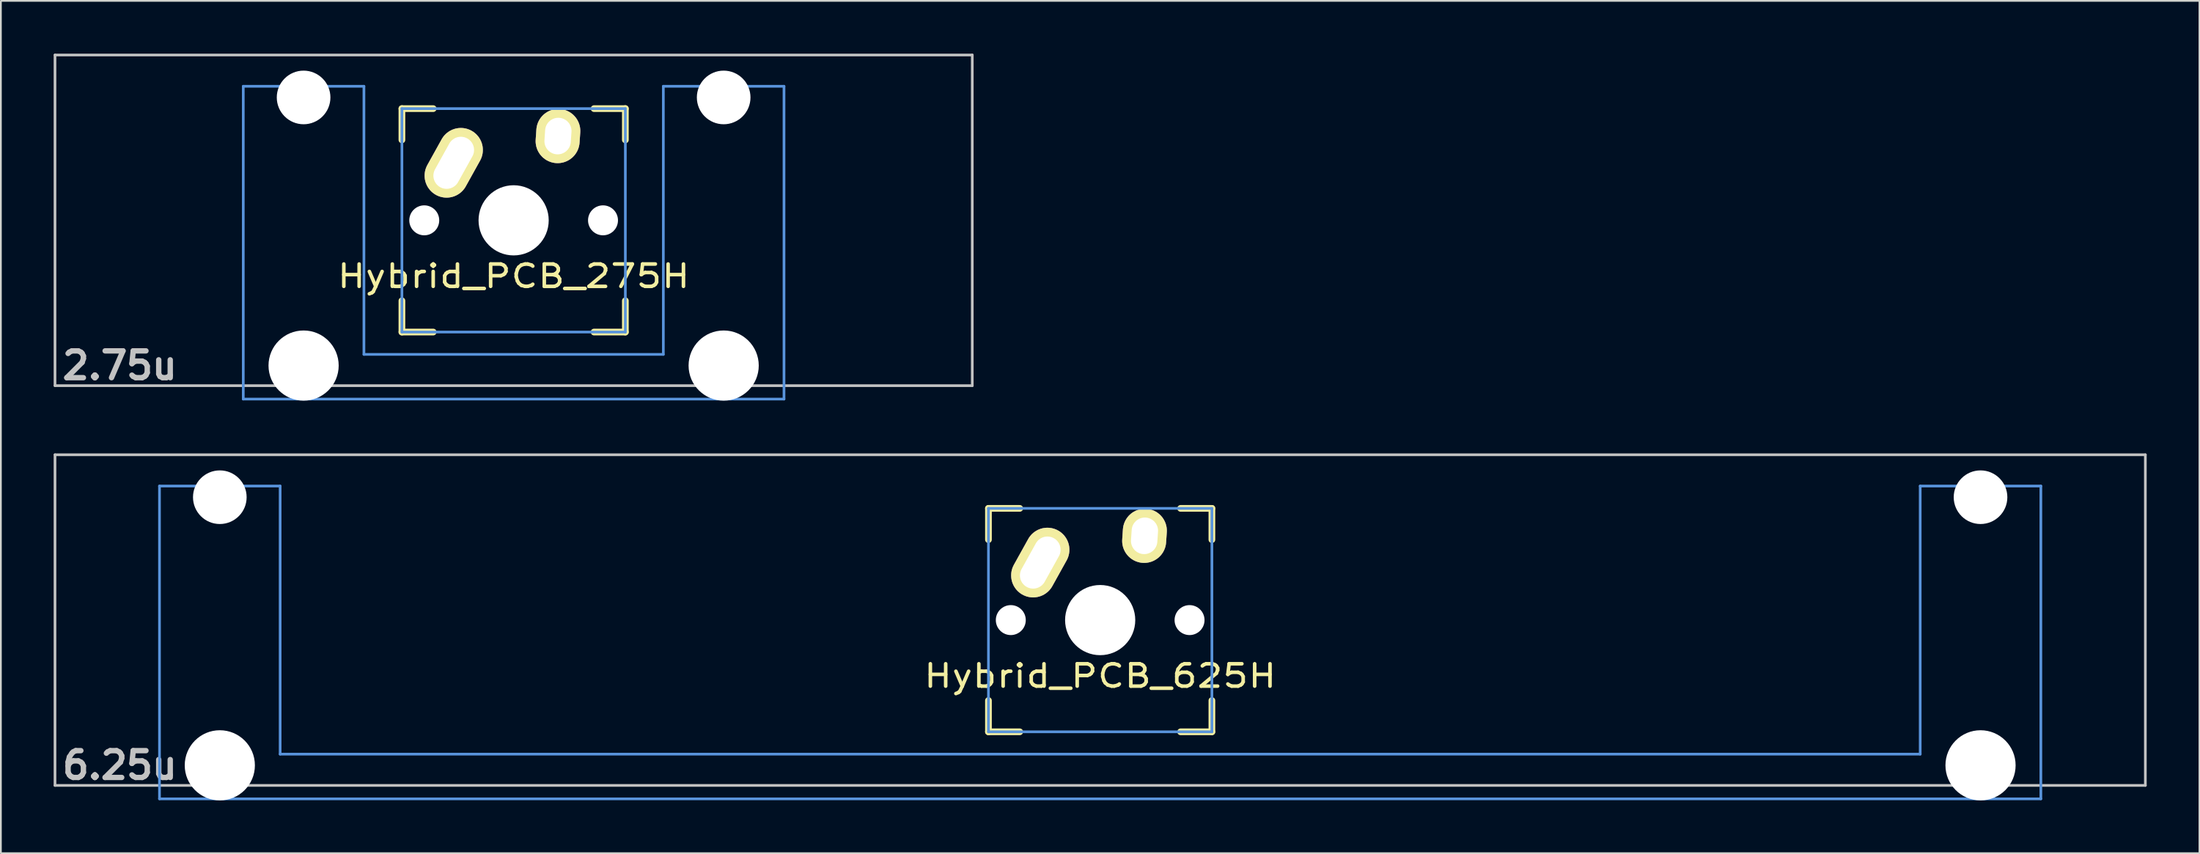
<source format=kicad_pcb>
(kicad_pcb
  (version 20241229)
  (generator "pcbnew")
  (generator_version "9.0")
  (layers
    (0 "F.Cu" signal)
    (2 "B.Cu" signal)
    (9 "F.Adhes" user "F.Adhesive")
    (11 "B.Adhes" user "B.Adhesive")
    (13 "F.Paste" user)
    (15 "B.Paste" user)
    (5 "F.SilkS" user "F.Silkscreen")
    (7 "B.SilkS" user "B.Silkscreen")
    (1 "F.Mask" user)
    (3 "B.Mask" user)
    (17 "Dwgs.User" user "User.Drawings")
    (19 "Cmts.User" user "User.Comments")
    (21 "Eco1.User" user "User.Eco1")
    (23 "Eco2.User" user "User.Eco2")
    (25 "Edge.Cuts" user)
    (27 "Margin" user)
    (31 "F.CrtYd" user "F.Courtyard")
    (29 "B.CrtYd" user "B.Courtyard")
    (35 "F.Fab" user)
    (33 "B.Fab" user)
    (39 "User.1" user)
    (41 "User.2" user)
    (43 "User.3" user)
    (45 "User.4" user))
  (footprint "Hybrid_PCB_275H"
    (layer "F.Cu")
    (at 26.144 9.474)
    (property "Reference" "Hybrid_PCB_275H" (at 0 3.175 0) (layer "F.SilkS") (effects (font (size 1.27 1.524) (thickness 0.203))))
    (attr through_hole)
    (fp_line (start -6.35 -6.35) (end -4.572 -6.35) (stroke (width 0.381) (type solid)) (layer "F.SilkS"))
    (fp_line (start -6.35 -4.572) (end -6.35 -6.35) (stroke (width 0.381) (type solid)) (layer "F.SilkS"))
    (fp_line (start -6.35 6.35) (end -6.35 4.572) (stroke (width 0.381) (type solid)) (layer "F.SilkS"))
    (fp_line (start -4.572 6.35) (end -6.35 6.35) (stroke (width 0.381) (type solid)) (layer "F.SilkS"))
    (fp_line (start 4.572 -6.35) (end 6.35 -6.35) (stroke (width 0.381) (type solid)) (layer "F.SilkS"))
    (fp_line (start 6.35 -6.35) (end 6.35 -4.572) (stroke (width 0.381) (type solid)) (layer "F.SilkS"))
    (fp_line (start 6.35 4.572) (end 6.35 6.35) (stroke (width 0.381) (type solid)) (layer "F.SilkS"))
    (fp_line (start 6.35 6.35) (end 4.572 6.35) (stroke (width 0.381) (type solid)) (layer "F.SilkS"))
    (fp_line (start -26.068 -9.398) (end 26.068 -9.398) (stroke (width 0.152) (type solid)) (layer "Dwgs.User"))
    (fp_line (start -26.068 9.398) (end -26.068 -9.398) (stroke (width 0.152) (type solid)) (layer "Dwgs.User"))
    (fp_line (start 26.068 -9.398) (end 26.068 9.398) (stroke (width 0.152) (type solid)) (layer "Dwgs.User"))
    (fp_line (start 26.068 9.398) (end -26.068 9.398) (stroke (width 0.152) (type solid)) (layer "Dwgs.User"))
    (fp_line (start -15.367 -7.62) (end -15.367 10.16) (stroke (width 0.152) (type solid)) (layer "Cmts.User"))
    (fp_line (start -15.367 10.16) (end 15.367 10.16) (stroke (width 0.152) (type solid)) (layer "Cmts.User"))
    (fp_line (start -8.509 -7.62) (end -15.367 -7.62) (stroke (width 0.152) (type solid)) (layer "Cmts.User"))
    (fp_line (start -8.509 7.62) (end -8.509 -7.62) (stroke (width 0.152) (type solid)) (layer "Cmts.User"))
    (fp_line (start -6.35 -6.35) (end 6.35 -6.35) (stroke (width 0.152) (type solid)) (layer "Cmts.User"))
    (fp_line (start -6.35 6.35) (end -6.35 -6.35) (stroke (width 0.152) (type solid)) (layer "Cmts.User"))
    (fp_line (start 6.35 -6.35) (end 6.35 6.35) (stroke (width 0.152) (type solid)) (layer "Cmts.User"))
    (fp_line (start 6.35 6.35) (end -6.35 6.35) (stroke (width 0.152) (type solid)) (layer "Cmts.User"))
    (fp_line (start 8.509 -7.62) (end 8.509 7.62) (stroke (width 0.152) (type solid)) (layer "Cmts.User"))
    (fp_line (start 8.509 7.62) (end -8.509 7.62) (stroke (width 0.152) (type solid)) (layer "Cmts.User"))
    (fp_line (start 15.367 -7.62) (end 8.509 -7.62) (stroke (width 0.152) (type solid)) (layer "Cmts.User"))
    (fp_line (start 15.367 10.16) (end 15.367 -7.62) (stroke (width 0.152) (type solid)) (layer "Cmts.User"))
    (fp_line (start -16.129 -2.286) (end -15.265 -2.286) (stroke (width 0.152) (type solid)) (layer "Eco2.User"))
    (fp_line (start -16.129 0.508) (end -16.129 -2.286) (stroke (width 0.152) (type solid)) (layer "Eco2.User"))
    (fp_line (start -15.265 -5.69) (end -8.611 -5.69) (stroke (width 0.152) (type solid)) (layer "Eco2.User"))
    (fp_line (start -15.265 -2.286) (end -15.265 -5.69) (stroke (width 0.152) (type solid)) (layer "Eco2.User"))
    (fp_line (start -15.265 0.508) (end -16.129 0.508) (stroke (width 0.152) (type solid)) (layer "Eco2.User"))
    (fp_line (start -15.265 6.604) (end -15.265 0.508) (stroke (width 0.152) (type solid)) (layer "Eco2.User"))
    (fp_line (start -14.224 6.604) (end -15.265 6.604) (stroke (width 0.152) (type solid)) (layer "Eco2.User"))
    (fp_line (start -14.224 7.772) (end -14.224 6.604) (stroke (width 0.152) (type solid)) (layer "Eco2.User"))
    (fp_line (start -9.652 6.604) (end -9.652 7.772) (stroke (width 0.152) (type solid)) (layer "Eco2.User"))
    (fp_line (start -9.652 7.772) (end -14.224 7.772) (stroke (width 0.152) (type solid)) (layer "Eco2.User"))
    (fp_line (start -8.611 -5.69) (end -8.611 -4.877) (stroke (width 0.152) (type solid)) (layer "Eco2.User"))
    (fp_line (start -8.611 -4.877) (end -6.985 -4.877) (stroke (width 0.152) (type solid)) (layer "Eco2.User"))
    (fp_line (start -8.611 5.817) (end -8.611 6.604) (stroke (width 0.152) (type solid)) (layer "Eco2.User"))
    (fp_line (start -8.611 6.604) (end -9.652 6.604) (stroke (width 0.152) (type solid)) (layer "Eco2.User"))
    (fp_line (start -6.985 -6.985) (end 6.985 -6.985) (stroke (width 0.152) (type solid)) (layer "Eco2.User"))
    (fp_line (start -6.985 -4.877) (end -6.985 -6.985) (stroke (width 0.152) (type solid)) (layer "Eco2.User"))
    (fp_line (start -6.985 5.817) (end -8.611 5.817) (stroke (width 0.152) (type solid)) (layer "Eco2.User"))
    (fp_line (start -6.985 6.985) (end -6.985 5.817) (stroke (width 0.152) (type solid)) (layer "Eco2.User"))
    (fp_line (start 6.985 -6.985) (end 6.985 -4.877) (stroke (width 0.152) (type solid)) (layer "Eco2.User"))
    (fp_line (start 6.985 -4.877) (end 8.611 -4.877) (stroke (width 0.152) (type solid)) (layer "Eco2.User"))
    (fp_line (start 6.985 5.817) (end 6.985 6.985) (stroke (width 0.152) (type solid)) (layer "Eco2.User"))
    (fp_line (start 6.985 6.985) (end -6.985 6.985) (stroke (width 0.152) (type solid)) (layer "Eco2.User"))
    (fp_line (start 8.611 -5.69) (end 15.265 -5.69) (stroke (width 0.152) (type solid)) (layer "Eco2.User"))
    (fp_line (start 8.611 -4.877) (end 8.611 -5.69) (stroke (width 0.152) (type solid)) (layer "Eco2.User"))
    (fp_line (start 8.611 5.817) (end 6.985 5.817) (stroke (width 0.152) (type solid)) (layer "Eco2.User"))
    (fp_line (start 8.611 6.604) (end 8.611 5.817) (stroke (width 0.152) (type solid)) (layer "Eco2.User"))
    (fp_line (start 9.652 6.604) (end 8.611 6.604) (stroke (width 0.152) (type solid)) (layer "Eco2.User"))
    (fp_line (start 9.652 7.772) (end 9.652 6.604) (stroke (width 0.152) (type solid)) (layer "Eco2.User"))
    (fp_line (start 14.224 6.604) (end 14.224 7.772) (stroke (width 0.152) (type solid)) (layer "Eco2.User"))
    (fp_line (start 14.224 7.772) (end 9.652 7.772) (stroke (width 0.152) (type solid)) (layer "Eco2.User"))
    (fp_line (start 15.265 -5.69) (end 15.265 -2.286) (stroke (width 0.152) (type solid)) (layer "Eco2.User"))
    (fp_line (start 15.265 -2.286) (end 16.129 -2.286) (stroke (width 0.152) (type solid)) (layer "Eco2.User"))
    (fp_line (start 15.265 0.508) (end 15.265 6.604) (stroke (width 0.152) (type solid)) (layer "Eco2.User"))
    (fp_line (start 15.265 6.604) (end 14.224 6.604) (stroke (width 0.152) (type solid)) (layer "Eco2.User"))
    (fp_line (start 16.129 -2.286) (end 16.129 0.508) (stroke (width 0.152) (type solid)) (layer "Eco2.User"))
    (fp_line (start 16.129 0.508) (end 15.265 0.508) (stroke (width 0.152) (type solid)) (layer "Eco2.User"))
    (fp_text user "2.75u" (at -22.385 8.255 0) (layer "Dwgs.User") (effects (font (size 1.524 1.524) (thickness 0.305))))
    (pad "" np_thru_hole circle (at -11.938 -6.985) (size 3.048 3.048) (drill 3.048) (layers "*.Cu"))
    (pad "" np_thru_hole circle (at -11.938 8.255) (size 3.988 3.988) (drill 3.988) (layers "*.Cu"))
    (pad "" np_thru_hole circle (at -5.08 0) (size 1.702 1.702) (drill 1.702) (layers "*.Cu"))
    (pad "" np_thru_hole circle (at 0 0) (size 3.988 3.988) (drill 3.988) (layers "*.Cu"))
    (pad "" np_thru_hole circle (at 5.08 0) (size 1.702 1.702) (drill 1.702) (layers "*.Cu"))
    (pad "" np_thru_hole circle (at 11.938 -6.985) (size 3.048 3.048) (drill 3.048) (layers "*.Cu"))
    (pad "" np_thru_hole circle (at 11.938 8.255) (size 3.988 3.988) (drill 3.988) (layers "*.Cu"))
    (pad "1" thru_hole oval (at -3.405 -3.27 330.95) (size 2.5 4.17) (drill oval 1.5 3.17) (layers "*.Cu" "*.Mask" "F.SilkS"))
    (pad "2" thru_hole oval (at 2.52 -4.79 356.1) (size 2.5 3.08) (drill oval 1.5 2.08) (layers "*.Cu" "*.Mask" "F.SilkS")))
  (footprint "Hybrid_PCB_625H"
    (layer "F.Cu")
    (at 59.482 32.197)
    (property "Reference" "Hybrid_PCB_625H" (at 0 3.175 0) (layer "F.SilkS") (effects (font (size 1.27 1.524) (thickness 0.203))))
    (attr through_hole)
    (fp_line (start -6.35 -6.35) (end -4.572 -6.35) (stroke (width 0.381) (type solid)) (layer "F.SilkS"))
    (fp_line (start -6.35 -4.572) (end -6.35 -6.35) (stroke (width 0.381) (type solid)) (layer "F.SilkS"))
    (fp_line (start -6.35 6.35) (end -6.35 4.572) (stroke (width 0.381) (type solid)) (layer "F.SilkS"))
    (fp_line (start -4.572 6.35) (end -6.35 6.35) (stroke (width 0.381) (type solid)) (layer "F.SilkS"))
    (fp_line (start 4.572 -6.35) (end 6.35 -6.35) (stroke (width 0.381) (type solid)) (layer "F.SilkS"))
    (fp_line (start 6.35 -6.35) (end 6.35 -4.572) (stroke (width 0.381) (type solid)) (layer "F.SilkS"))
    (fp_line (start 6.35 4.572) (end 6.35 6.35) (stroke (width 0.381) (type solid)) (layer "F.SilkS"))
    (fp_line (start 6.35 6.35) (end 4.572 6.35) (stroke (width 0.381) (type solid)) (layer "F.SilkS"))
    (fp_line (start -59.406 -9.398) (end 59.406 -9.398) (stroke (width 0.152) (type solid)) (layer "Dwgs.User"))
    (fp_line (start -59.406 9.398) (end -59.406 -9.398) (stroke (width 0.152) (type solid)) (layer "Dwgs.User"))
    (fp_line (start 59.406 -9.398) (end 59.406 9.398) (stroke (width 0.152) (type solid)) (layer "Dwgs.User"))
    (fp_line (start 59.406 9.398) (end -59.406 9.398) (stroke (width 0.152) (type solid)) (layer "Dwgs.User"))
    (fp_line (start -53.467 -7.62) (end -53.467 10.16) (stroke (width 0.152) (type solid)) (layer "Cmts.User"))
    (fp_line (start -53.467 10.16) (end 53.467 10.16) (stroke (width 0.152) (type solid)) (layer "Cmts.User"))
    (fp_line (start -46.609 -7.62) (end -53.467 -7.62) (stroke (width 0.152) (type solid)) (layer "Cmts.User"))
    (fp_line (start -46.609 7.62) (end -46.609 -7.62) (stroke (width 0.152) (type solid)) (layer "Cmts.User"))
    (fp_line (start -6.35 -6.35) (end 6.35 -6.35) (stroke (width 0.152) (type solid)) (layer "Cmts.User"))
    (fp_line (start -6.35 6.35) (end -6.35 -6.35) (stroke (width 0.152) (type solid)) (layer "Cmts.User"))
    (fp_line (start 6.35 -6.35) (end 6.35 6.35) (stroke (width 0.152) (type solid)) (layer "Cmts.User"))
    (fp_line (start 6.35 6.35) (end -6.35 6.35) (stroke (width 0.152) (type solid)) (layer "Cmts.User"))
    (fp_line (start 46.609 -7.62) (end 46.609 7.62) (stroke (width 0.152) (type solid)) (layer "Cmts.User"))
    (fp_line (start 46.609 7.62) (end -46.609 7.62) (stroke (width 0.152) (type solid)) (layer "Cmts.User"))
    (fp_line (start 53.467 -7.62) (end 46.609 -7.62) (stroke (width 0.152) (type solid)) (layer "Cmts.User"))
    (fp_line (start 53.467 10.16) (end 53.467 -7.62) (stroke (width 0.152) (type solid)) (layer "Cmts.User"))
    (fp_line (start -54.229 -2.286) (end -53.365 -2.286) (stroke (width 0.152) (type solid)) (layer "Eco2.User"))
    (fp_line (start -54.229 0.508) (end -54.229 -2.286) (stroke (width 0.152) (type solid)) (layer "Eco2.User"))
    (fp_line (start -53.365 -5.69) (end -46.711 -5.69) (stroke (width 0.152) (type solid)) (layer "Eco2.User"))
    (fp_line (start -53.365 -2.286) (end -53.365 -5.69) (stroke (width 0.152) (type solid)) (layer "Eco2.User"))
    (fp_line (start -53.365 0.508) (end -54.229 0.508) (stroke (width 0.152) (type solid)) (layer "Eco2.User"))
    (fp_line (start -53.365 6.604) (end -53.365 0.508) (stroke (width 0.152) (type solid)) (layer "Eco2.User"))
    (fp_line (start -52.324 6.604) (end -53.365 6.604) (stroke (width 0.152) (type solid)) (layer "Eco2.User"))
    (fp_line (start -52.324 7.772) (end -52.324 6.604) (stroke (width 0.152) (type solid)) (layer "Eco2.User"))
    (fp_line (start -47.752 6.604) (end -47.752 7.772) (stroke (width 0.152) (type solid)) (layer "Eco2.User"))
    (fp_line (start -47.752 7.772) (end -52.324 7.772) (stroke (width 0.152) (type solid)) (layer "Eco2.User"))
    (fp_line (start -46.711 -5.69) (end -46.711 -2.286) (stroke (width 0.152) (type solid)) (layer "Eco2.User"))
    (fp_line (start -46.711 -2.286) (end -6.985 -2.286) (stroke (width 0.152) (type solid)) (layer "Eco2.User"))
    (fp_line (start -46.711 2.286) (end -46.711 6.604) (stroke (width 0.152) (type solid)) (layer "Eco2.User"))
    (fp_line (start -46.711 6.604) (end -47.752 6.604) (stroke (width 0.152) (type solid)) (layer "Eco2.User"))
    (fp_line (start -6.985 -6.985) (end 6.985 -6.985) (stroke (width 0.152) (type solid)) (layer "Eco2.User"))
    (fp_line (start -6.985 -2.286) (end -6.985 -6.985) (stroke (width 0.152) (type solid)) (layer "Eco2.User"))
    (fp_line (start -6.985 2.286) (end -46.711 2.286) (stroke (width 0.152) (type solid)) (layer "Eco2.User"))
    (fp_line (start -6.985 6.985) (end -6.985 2.286) (stroke (width 0.152) (type solid)) (layer "Eco2.User"))
    (fp_line (start 6.985 -6.985) (end 6.985 -2.286) (stroke (width 0.152) (type solid)) (layer "Eco2.User"))
    (fp_line (start 6.985 -2.286) (end 46.711 -2.286) (stroke (width 0.152) (type solid)) (layer "Eco2.User"))
    (fp_line (start 6.985 2.286) (end 6.985 6.985) (stroke (width 0.152) (type solid)) (layer "Eco2.User"))
    (fp_line (start 6.985 6.985) (end -6.985 6.985) (stroke (width 0.152) (type solid)) (layer "Eco2.User"))
    (fp_line (start 46.711 -5.69) (end 53.365 -5.69) (stroke (width 0.152) (type solid)) (layer "Eco2.User"))
    (fp_line (start 46.711 -2.286) (end 46.711 -5.69) (stroke (width 0.152) (type solid)) (layer "Eco2.User"))
    (fp_line (start 46.711 2.286) (end 6.985 2.286) (stroke (width 0.152) (type solid)) (layer "Eco2.User"))
    (fp_line (start 46.711 6.604) (end 46.711 2.286) (stroke (width 0.152) (type solid)) (layer "Eco2.User"))
    (fp_line (start 47.752 6.604) (end 46.711 6.604) (stroke (width 0.152) (type solid)) (layer "Eco2.User"))
    (fp_line (start 47.752 7.772) (end 47.752 6.604) (stroke (width 0.152) (type solid)) (layer "Eco2.User"))
    (fp_line (start 52.324 6.604) (end 52.324 7.772) (stroke (width 0.152) (type solid)) (layer "Eco2.User"))
    (fp_line (start 52.324 7.772) (end 47.752 7.772) (stroke (width 0.152) (type solid)) (layer "Eco2.User"))
    (fp_line (start 53.365 -5.69) (end 53.365 -2.286) (stroke (width 0.152) (type solid)) (layer "Eco2.User"))
    (fp_line (start 53.365 -2.286) (end 54.229 -2.286) (stroke (width 0.152) (type solid)) (layer "Eco2.User"))
    (fp_line (start 53.365 0.508) (end 53.365 6.604) (stroke (width 0.152) (type solid)) (layer "Eco2.User"))
    (fp_line (start 53.365 6.604) (end 52.324 6.604) (stroke (width 0.152) (type solid)) (layer "Eco2.User"))
    (fp_line (start 54.229 -2.286) (end 54.229 0.508) (stroke (width 0.152) (type solid)) (layer "Eco2.User"))
    (fp_line (start 54.229 0.508) (end 53.365 0.508) (stroke (width 0.152) (type solid)) (layer "Eco2.User"))
    (fp_text user "6.25u" (at -55.723 8.255 0) (layer "Dwgs.User") (effects (font (size 1.524 1.524) (thickness 0.305))))
    (pad "" np_thru_hole circle (at -50.038 -6.985) (size 3.048 3.048) (drill 3.048) (layers "*.Cu"))
    (pad "" np_thru_hole circle (at -50.038 8.255) (size 3.988 3.988) (drill 3.988) (layers "*.Cu"))
    (pad "" np_thru_hole circle (at -5.08 0) (size 1.702 1.702) (drill 1.702) (layers "*.Cu"))
    (pad "" np_thru_hole circle (at 0 0) (size 3.988 3.988) (drill 3.988) (layers "*.Cu"))
    (pad "" np_thru_hole circle (at 5.08 0) (size 1.702 1.702) (drill 1.702) (layers "*.Cu"))
    (pad "" np_thru_hole circle (at 50.038 -6.985) (size 3.048 3.048) (drill 3.048) (layers "*.Cu"))
    (pad "" np_thru_hole circle (at 50.038 8.255) (size 3.988 3.988) (drill 3.988) (layers "*.Cu"))
    (pad "1" thru_hole oval (at -3.405 -3.27 330.95) (size 2.5 4.17) (drill oval 1.5 3.17) (layers "*.Cu" "*.Mask" "F.SilkS"))
    (pad "2" thru_hole oval (at 2.52 -4.79 356.1) (size 2.5 3.08) (drill oval 1.5 2.08) (layers "*.Cu" "*.Mask" "F.SilkS")))
  (gr_rect
    (start -3 -3)
    (end 121.963 45.446)
    (stroke (width 0.1) (type default))
    (fill no)
    (layer "Edge.Cuts")))
</source>
